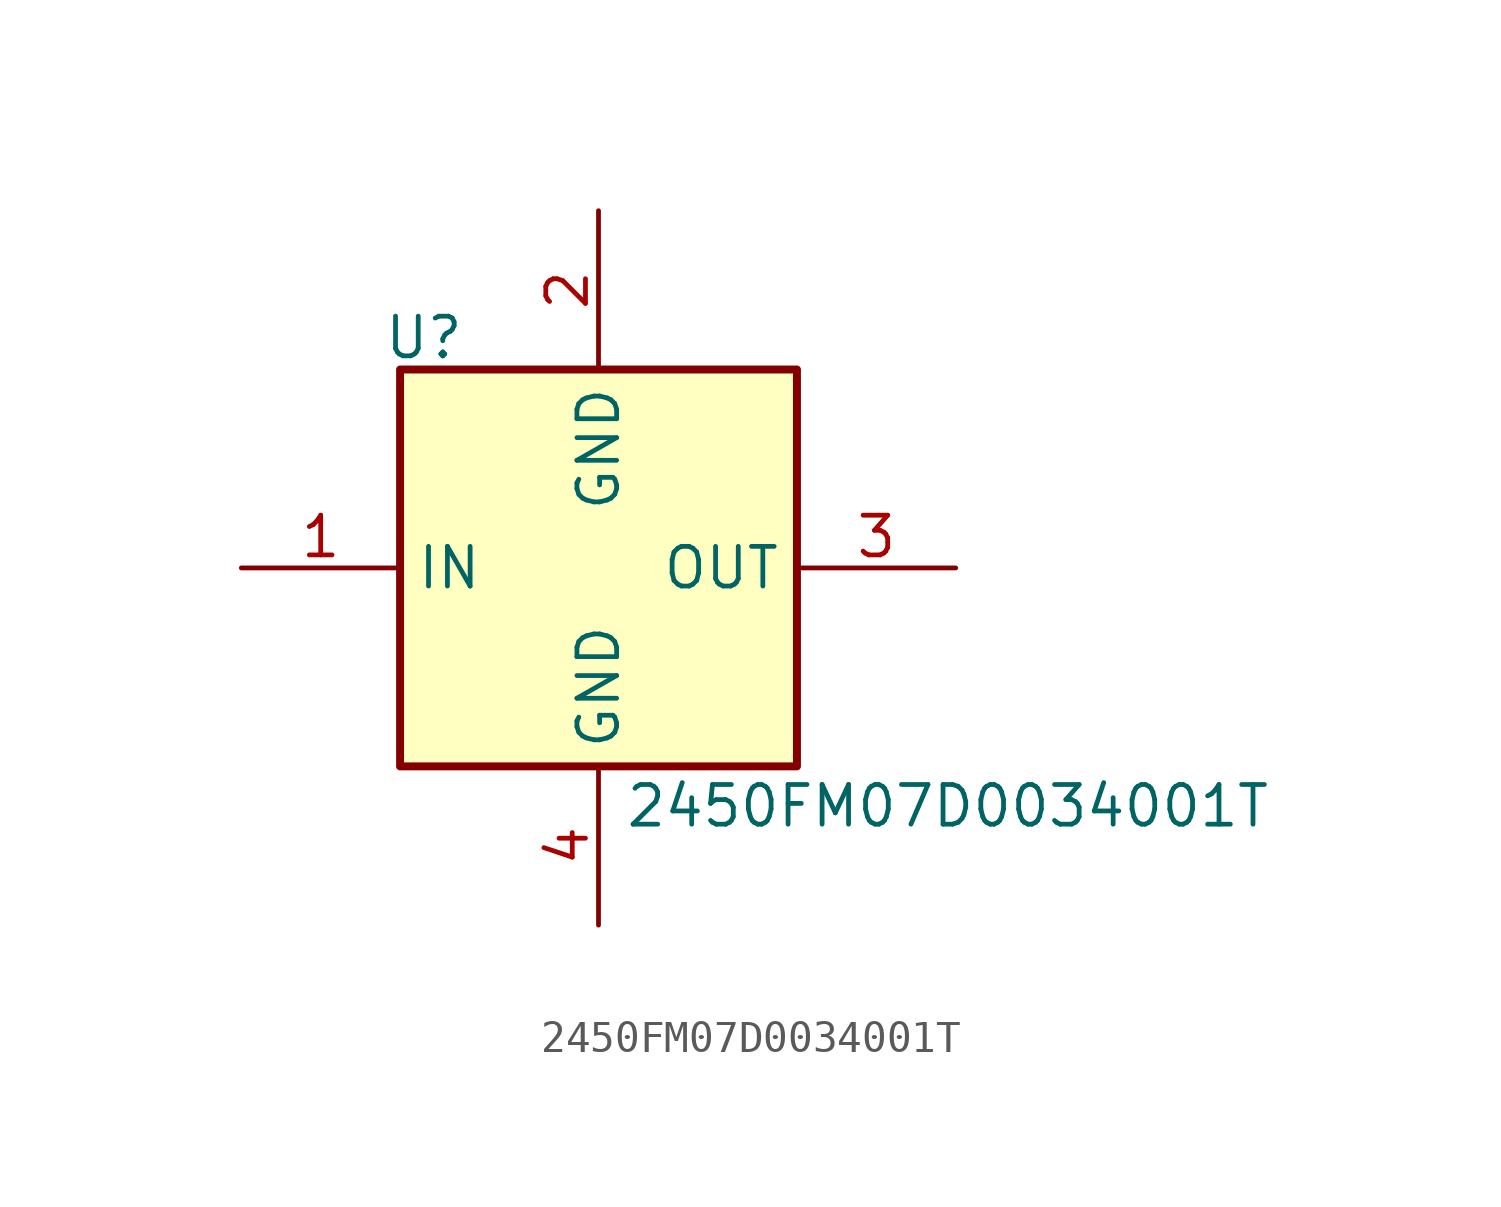
<source format=kicad_sym>
(kicad_symbol_lib
  (version 20241209)
  (generator "kicad_symbol_editor")
  (generator_version "9.0")
  (symbol "2450FM07D0034001T"
    (property "Reference" "U"
      (at -5.588 7.366 0)
      (effects (font (size 1.27 1.27))))
    (property "Value" "2450FM07D0034001T"
      (at 11.176 -7.62 0)
      (effects (font (size 1.27 1.27))))
    (symbol "2450FM07D0034001T_1_0"
      (pin passive line (at -11.43 0 0) (length 5.08) (name "IN" (effects (font (size 1.27 1.27)))) (number "1" (effects (font (size 1.27 1.27)))))
      (pin passive line (at 0 11.43 270) (length 5.08) (name "GND" (effects (font (size 1.27 1.27)))) (number "2" (effects (font (size 1.27 1.27)))))
      (pin passive line (at 0 -11.43 90) (length 5.08) (name "GND" (effects (font (size 1.27 1.27)))) (number "4" (effects (font (size 1.27 1.27)))))
      (pin passive line (at 11.43 0 180) (length 5.08) (name "OUT" (effects (font (size 1.27 1.27)))) (number "3" (effects (font (size 1.27 1.27))))))
    (symbol "2450FM07D0034001T_1_1"
      (rectangle (start -6.35 6.35) (end 6.35 -6.35) (stroke (width 0.254) (type solid)) (fill (type background))))))
</source>
